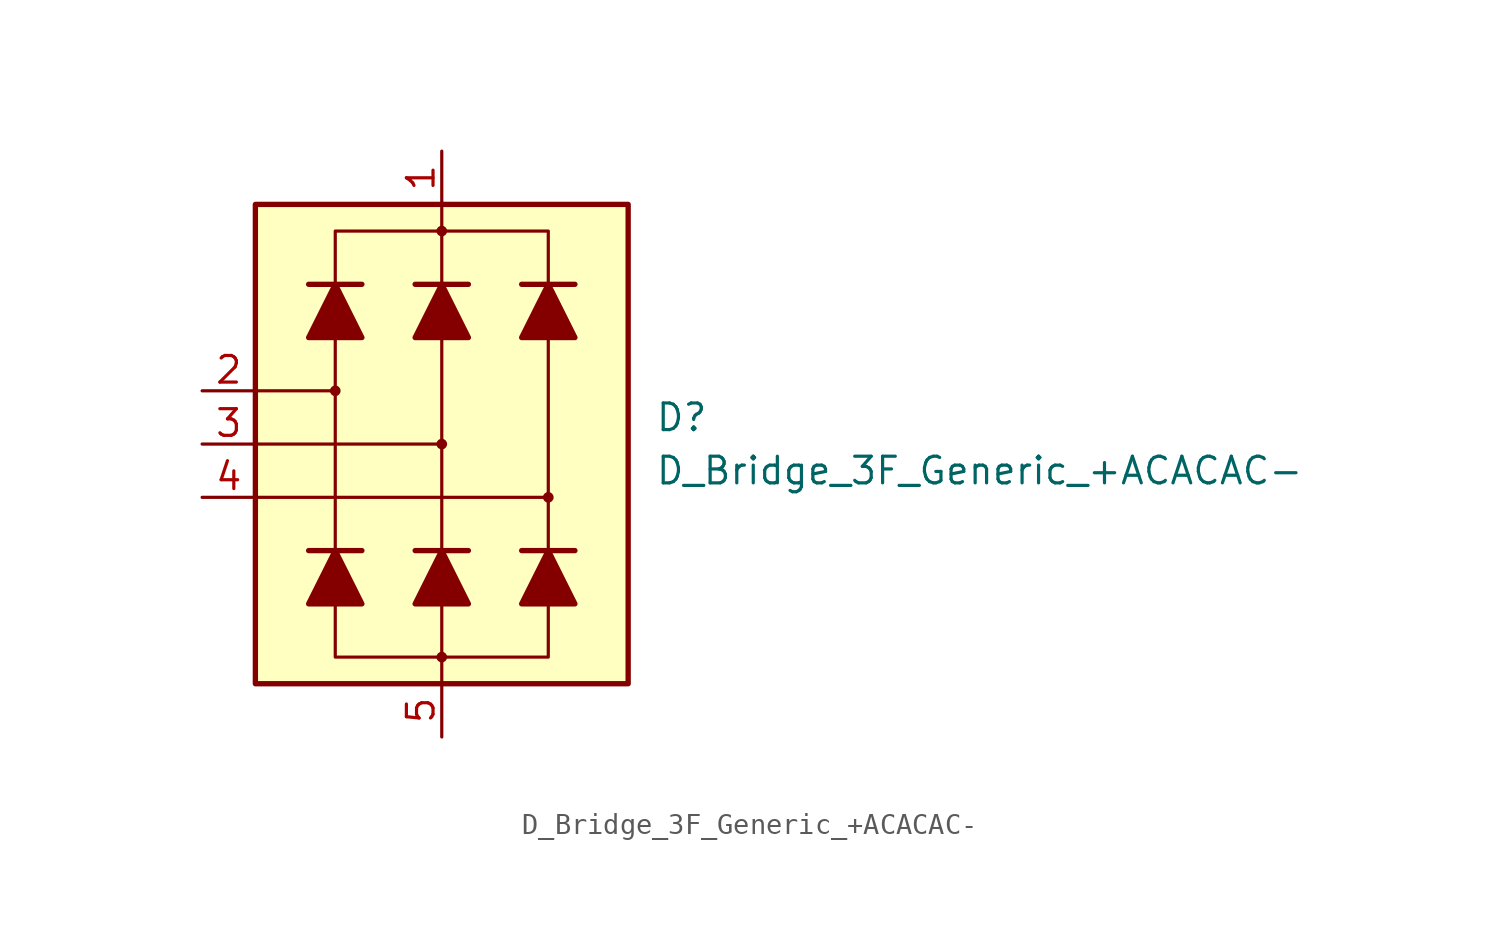
<source format=kicad_sym>
(kicad_symbol_lib
  (version 20201005)
  (generator kicad_symbol_editor)
  (symbol "Diode_Bridge_AKL:D_Bridge_3F_Generic_+ACACAC-"
    (pin_names hide)
    (property "Reference" "D"
      (at 10.16 1.27 0)
      (effects (font (size 1.27 1.27)) (justify left)))
    (property "Value" "D_Bridge_3F_Generic_+ACACAC-"
      (at 10.16 -1.27 0)
      (effects (font (size 1.27 1.27)) (justify left)))
    (symbol "D_Bridge_3F_Generic_+ACACAC-_0_1"
      (circle (center -5.08 2.54) (radius 0.178) (stroke (width 0)) (fill (type outline)))
      (circle (center 0 -10.16) (radius 0.178) (stroke (width 0)) (fill (type outline)))
      (circle (center 0 0) (radius 0.178) (stroke (width 0)) (fill (type outline)))
      (circle (center 0 10.16) (radius 0.178) (stroke (width 0)) (fill (type outline)))
      (circle (center 5.08 -2.54) (radius 0.178) (stroke (width 0)) (fill (type outline)))
      (rectangle (start -8.89 11.43) (end 8.89 -11.43) (stroke (width 0.254)) (fill (type background)))
      (polyline (pts (xy -8.89 -2.54) (xy 5.08 -2.54)) (stroke (width 0.152)) (fill (type none)))
      (polyline (pts (xy -8.89 0) (xy 0 0)) (stroke (width 0.152)) (fill (type none)))
      (polyline (pts (xy -8.89 2.54) (xy -5.08 2.54)) (stroke (width 0.152)) (fill (type none)))
      (polyline (pts (xy -6.35 -5.08) (xy -3.81 -5.08)) (stroke (width 0.254)) (fill (type none)))
      (polyline (pts (xy -6.35 7.62) (xy -3.81 7.62)) (stroke (width 0.254)) (fill (type none)))
      (polyline (pts (xy -5.08 -7.62) (xy -5.08 -5.08)) (stroke (width 0)) (fill (type none)))
      (polyline (pts (xy -5.08 -5.08) (xy -5.08 6.35)) (stroke (width 0.152)) (fill (type none)))
      (polyline (pts (xy -5.08 5.08) (xy -5.08 7.62)) (stroke (width 0)) (fill (type none)))
      (polyline (pts (xy -1.27 -5.08) (xy 1.27 -5.08)) (stroke (width 0.254)) (fill (type none)))
      (polyline (pts (xy -1.27 7.62) (xy 1.27 7.62)) (stroke (width 0.254)) (fill (type none)))
      (polyline (pts (xy 0 -7.62) (xy 0 -11.43)) (stroke (width 0.152)) (fill (type none)))
      (polyline (pts (xy 0 -7.62) (xy 0 -5.08)) (stroke (width 0)) (fill (type none)))
      (polyline (pts (xy 0 -5.08) (xy 0 6.35)) (stroke (width 0.152)) (fill (type none)))
      (polyline (pts (xy 0 5.08) (xy 0 7.62)) (stroke (width 0)) (fill (type none)))
      (polyline (pts (xy 0 7.62) (xy 0 11.43)) (stroke (width 0.152)) (fill (type none)))
      (polyline (pts (xy 3.81 -5.08) (xy 6.35 -5.08)) (stroke (width 0.254)) (fill (type none)))
      (polyline (pts (xy 3.81 7.62) (xy 6.35 7.62)) (stroke (width 0.254)) (fill (type none)))
      (polyline (pts (xy 5.08 -7.62) (xy 5.08 -5.08)) (stroke (width 0)) (fill (type none)))
      (polyline (pts (xy 5.08 -5.08) (xy 5.08 6.35)) (stroke (width 0.152)) (fill (type none)))
      (polyline (pts (xy 5.08 5.08) (xy 5.08 7.62)) (stroke (width 0)) (fill (type none)))
      (polyline (pts (xy -5.08 -7.62) (xy -5.08 -10.16) (xy 5.08 -10.16) (xy 5.08 -7.62)) (stroke (width 0.152)) (fill (type none)))
      (polyline (pts (xy -5.08 7.62) (xy -5.08 10.16) (xy 5.08 10.16) (xy 5.08 7.62)) (stroke (width 0.152)) (fill (type none)))
      (polyline (pts (xy -6.35 -7.62) (xy -3.81 -7.62) (xy -5.08 -5.08) (xy -6.35 -7.62)) (stroke (width 0.254)) (fill (type outline)))
      (polyline (pts (xy -6.35 5.08) (xy -3.81 5.08) (xy -5.08 7.62) (xy -6.35 5.08)) (stroke (width 0.254)) (fill (type outline)))
      (polyline (pts (xy -1.27 -7.62) (xy 1.27 -7.62) (xy 0 -5.08) (xy -1.27 -7.62)) (stroke (width 0.254)) (fill (type outline)))
      (polyline (pts (xy -1.27 5.08) (xy 1.27 5.08) (xy 0 7.62) (xy -1.27 5.08)) (stroke (width 0.254)) (fill (type outline)))
      (polyline (pts (xy 3.81 -7.62) (xy 6.35 -7.62) (xy 5.08 -5.08) (xy 3.81 -7.62)) (stroke (width 0.254)) (fill (type outline)))
      (polyline (pts (xy 3.81 5.08) (xy 6.35 5.08) (xy 5.08 7.62) (xy 3.81 5.08)) (stroke (width 0.254)) (fill (type outline))))
    (symbol "D_Bridge_3F_Generic_+ACACAC-_1_1"
      (pin passive line (at 0 13.97 270) (length 2.54) (name "+" (effects (font (size 1.27 1.27)))) (number "1" (effects (font (size 1.27 1.27)))))
      (pin passive line (at -11.43 2.54 0) (length 2.54) (name "AC" (effects (font (size 1.27 1.27)))) (number "2" (effects (font (size 1.27 1.27)))))
      (pin passive line (at -11.43 0 0) (length 2.54) (name "AC" (effects (font (size 1.27 1.27)))) (number "3" (effects (font (size 1.27 1.27)))))
      (pin passive line (at -11.43 -2.54 0) (length 2.54) (name "AC" (effects (font (size 1.27 1.27)))) (number "4" (effects (font (size 1.27 1.27)))))
      (pin passive line (at 0 -13.97 90) (length 2.54) (name "-" (effects (font (size 1.27 1.27)))) (number "5" (effects (font (size 1.27 1.27))))))))
</source>
